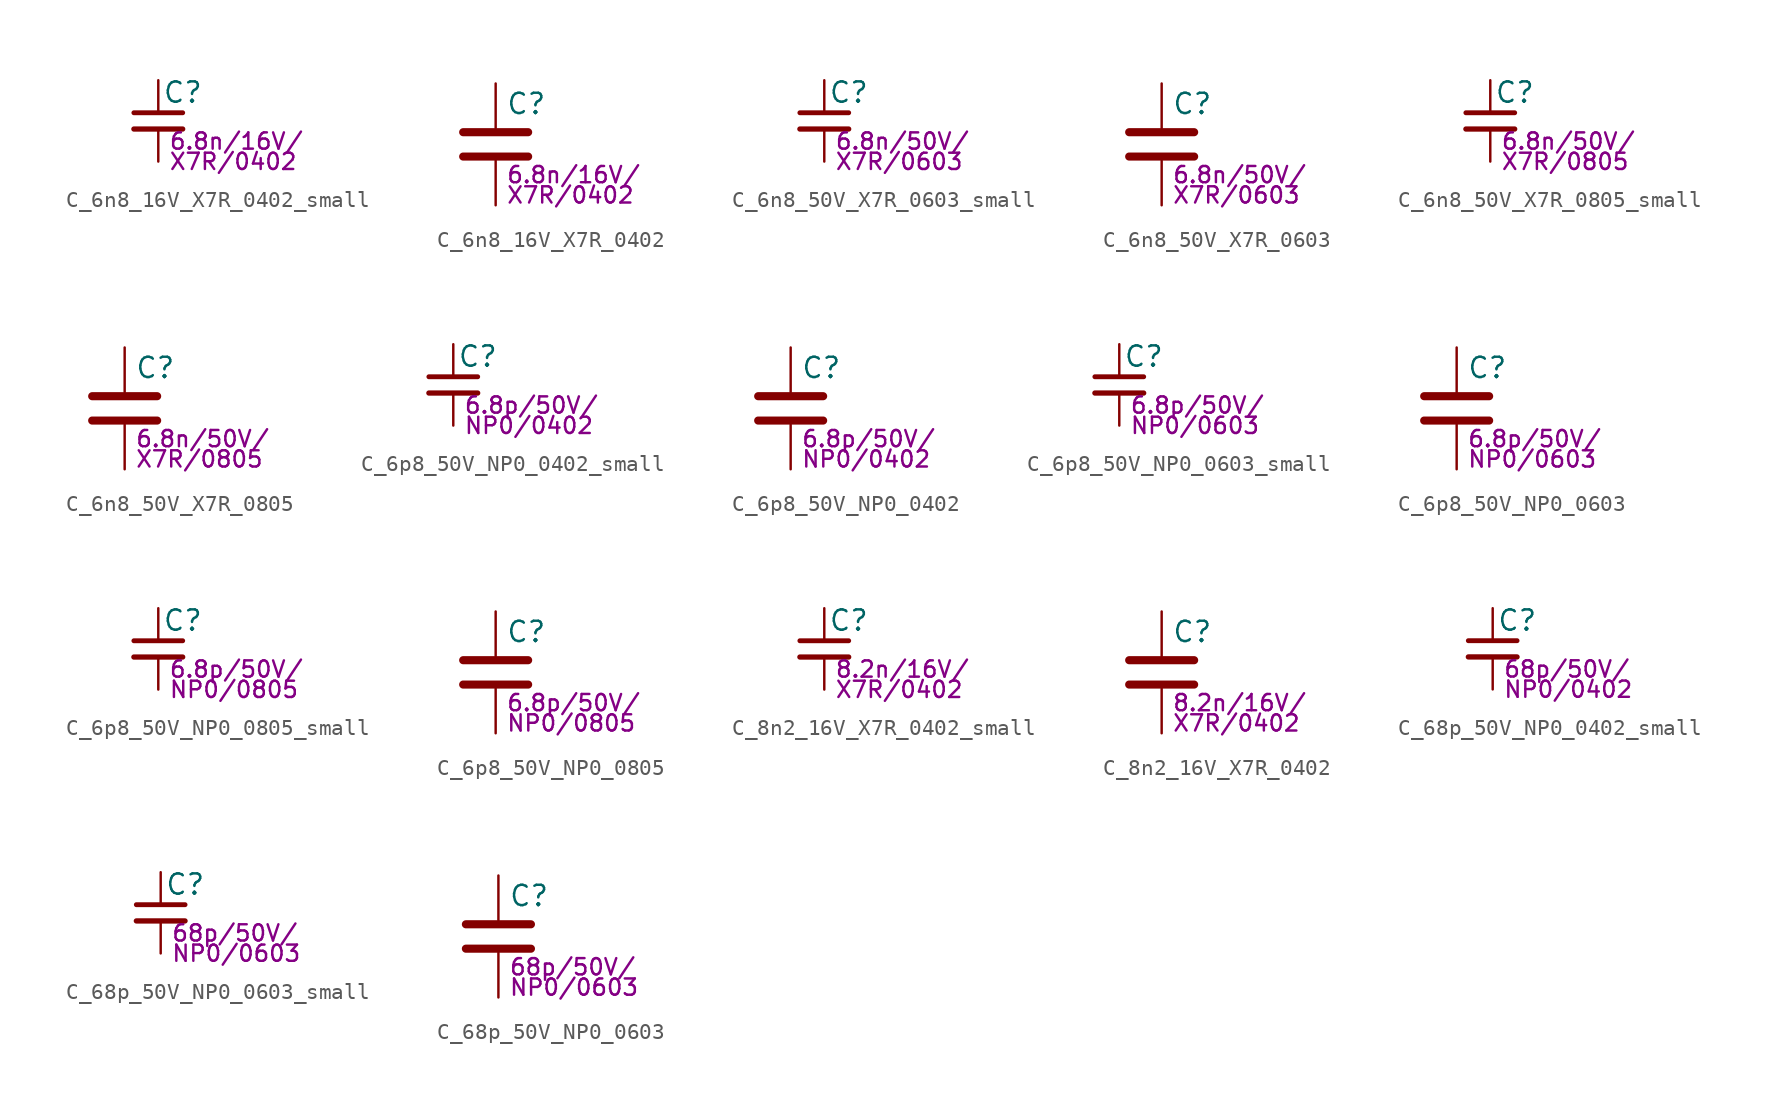
<source format=kicad_sym>
(kicad_symbol_lib
  (version 20211014)
  (generator kicad_symbol_editor)
  (symbol "C_6n8_16V_X7R_0402_small"
    (pin_numbers hide)
    (pin_names
      (offset 0.254) hide)
    (property "Reference" "C"
      (at 0.254 1.778 0)
      (effects (font (size 1.27 1.27)) (justify left)))
    (property "Params" "6.8n/16V/"
      (at 0.635 -1.27 0)
      (effects (font (size 1.016 1.016)) (justify left)))
    (property "Params2" "X7R/0402"
      (at 0.635 -2.54 0)
      (effects (font (size 1.016 1.016)) (justify left)))
    (symbol "C_6n8_16V_X7R_0402_small_0_1"
      (polyline (pts (xy -1.524 -0.508) (xy 1.524 -0.508)) (stroke (width 0.33) (type default) (color 0 0 0 0)) (fill (type none)))
      (polyline (pts (xy -1.524 0.508) (xy 1.524 0.508)) (stroke (width 0.305) (type default) (color 0 0 0 0)) (fill (type none))))
    (symbol "C_6n8_16V_X7R_0402_small_1_1"
      (pin passive line (at 0 2.54 270) (length 2.032) (name "~" (effects (font (size 1.27 1.27)))) (number "1" (effects (font (size 1.27 1.27)))))
      (pin passive line (at 0 -2.54 90) (length 2.032) (name "~" (effects (font (size 1.27 1.27)))) (number "2" (effects (font (size 1.27 1.27)))))))
  (symbol "C_6n8_16V_X7R_0402"
    (pin_numbers hide)
    (pin_names
      (offset 0.254))
    (property "Reference" "C"
      (at 0.635 2.54 0)
      (effects (font (size 1.27 1.27)) (justify left)))
    (property "Params" "6.8n/16V/"
      (at 0.635 -1.905 0)
      (effects (font (size 1.016 1.016)) (justify left)))
    (property "Params2" "X7R/0402"
      (at 0.635 -3.175 0)
      (effects (font (size 1.016 1.016)) (justify left)))
    (symbol "C_6n8_16V_X7R_0402_0_1"
      (polyline (pts (xy -2.032 -0.762) (xy 2.032 -0.762)) (stroke (width 0.508) (type default) (color 0 0 0 0)) (fill (type none)))
      (polyline (pts (xy -2.032 0.762) (xy 2.032 0.762)) (stroke (width 0.508) (type default) (color 0 0 0 0)) (fill (type none))))
    (symbol "C_6n8_16V_X7R_0402_1_1"
      (pin passive line (at 0 3.81 270) (length 2.794) (name "~" (effects (font (size 1.27 1.27)))) (number "1" (effects (font (size 1.27 1.27)))))
      (pin passive line (at 0 -3.81 90) (length 2.794) (name "~" (effects (font (size 1.27 1.27)))) (number "2" (effects (font (size 1.27 1.27)))))))
  (symbol "C_6n8_50V_X7R_0603_small"
    (pin_numbers hide)
    (pin_names
      (offset 0.254) hide)
    (property "Reference" "C"
      (at 0.254 1.778 0)
      (effects (font (size 1.27 1.27)) (justify left)))
    (property "Params" "6.8n/50V/"
      (at 0.635 -1.27 0)
      (effects (font (size 1.016 1.016)) (justify left)))
    (property "Params2" "X7R/0603"
      (at 0.635 -2.54 0)
      (effects (font (size 1.016 1.016)) (justify left)))
    (symbol "C_6n8_50V_X7R_0603_small_0_1"
      (polyline (pts (xy -1.524 -0.508) (xy 1.524 -0.508)) (stroke (width 0.33) (type default) (color 0 0 0 0)) (fill (type none)))
      (polyline (pts (xy -1.524 0.508) (xy 1.524 0.508)) (stroke (width 0.305) (type default) (color 0 0 0 0)) (fill (type none))))
    (symbol "C_6n8_50V_X7R_0603_small_1_1"
      (pin passive line (at 0 2.54 270) (length 2.032) (name "~" (effects (font (size 1.27 1.27)))) (number "1" (effects (font (size 1.27 1.27)))))
      (pin passive line (at 0 -2.54 90) (length 2.032) (name "~" (effects (font (size 1.27 1.27)))) (number "2" (effects (font (size 1.27 1.27)))))))
  (symbol "C_6n8_50V_X7R_0603"
    (pin_numbers hide)
    (pin_names
      (offset 0.254))
    (property "Reference" "C"
      (at 0.635 2.54 0)
      (effects (font (size 1.27 1.27)) (justify left)))
    (property "Params" "6.8n/50V/"
      (at 0.635 -1.905 0)
      (effects (font (size 1.016 1.016)) (justify left)))
    (property "Params2" "X7R/0603"
      (at 0.635 -3.175 0)
      (effects (font (size 1.016 1.016)) (justify left)))
    (symbol "C_6n8_50V_X7R_0603_0_1"
      (polyline (pts (xy -2.032 -0.762) (xy 2.032 -0.762)) (stroke (width 0.508) (type default) (color 0 0 0 0)) (fill (type none)))
      (polyline (pts (xy -2.032 0.762) (xy 2.032 0.762)) (stroke (width 0.508) (type default) (color 0 0 0 0)) (fill (type none))))
    (symbol "C_6n8_50V_X7R_0603_1_1"
      (pin passive line (at 0 3.81 270) (length 2.794) (name "~" (effects (font (size 1.27 1.27)))) (number "1" (effects (font (size 1.27 1.27)))))
      (pin passive line (at 0 -3.81 90) (length 2.794) (name "~" (effects (font (size 1.27 1.27)))) (number "2" (effects (font (size 1.27 1.27)))))))
  (symbol "C_6n8_50V_X7R_0805_small"
    (pin_numbers hide)
    (pin_names
      (offset 0.254) hide)
    (property "Reference" "C"
      (at 0.254 1.778 0)
      (effects (font (size 1.27 1.27)) (justify left)))
    (property "Params" "6.8n/50V/"
      (at 0.635 -1.27 0)
      (effects (font (size 1.016 1.016)) (justify left)))
    (property "Params2" "X7R/0805"
      (at 0.635 -2.54 0)
      (effects (font (size 1.016 1.016)) (justify left)))
    (symbol "C_6n8_50V_X7R_0805_small_0_1"
      (polyline (pts (xy -1.524 -0.508) (xy 1.524 -0.508)) (stroke (width 0.33) (type default) (color 0 0 0 0)) (fill (type none)))
      (polyline (pts (xy -1.524 0.508) (xy 1.524 0.508)) (stroke (width 0.305) (type default) (color 0 0 0 0)) (fill (type none))))
    (symbol "C_6n8_50V_X7R_0805_small_1_1"
      (pin passive line (at 0 2.54 270) (length 2.032) (name "~" (effects (font (size 1.27 1.27)))) (number "1" (effects (font (size 1.27 1.27)))))
      (pin passive line (at 0 -2.54 90) (length 2.032) (name "~" (effects (font (size 1.27 1.27)))) (number "2" (effects (font (size 1.27 1.27)))))))
  (symbol "C_6n8_50V_X7R_0805"
    (pin_numbers hide)
    (pin_names
      (offset 0.254))
    (property "Reference" "C"
      (at 0.635 2.54 0)
      (effects (font (size 1.27 1.27)) (justify left)))
    (property "Params" "6.8n/50V/"
      (at 0.635 -1.905 0)
      (effects (font (size 1.016 1.016)) (justify left)))
    (property "Params2" "X7R/0805"
      (at 0.635 -3.175 0)
      (effects (font (size 1.016 1.016)) (justify left)))
    (symbol "C_6n8_50V_X7R_0805_0_1"
      (polyline (pts (xy -2.032 -0.762) (xy 2.032 -0.762)) (stroke (width 0.508) (type default) (color 0 0 0 0)) (fill (type none)))
      (polyline (pts (xy -2.032 0.762) (xy 2.032 0.762)) (stroke (width 0.508) (type default) (color 0 0 0 0)) (fill (type none))))
    (symbol "C_6n8_50V_X7R_0805_1_1"
      (pin passive line (at 0 3.81 270) (length 2.794) (name "~" (effects (font (size 1.27 1.27)))) (number "1" (effects (font (size 1.27 1.27)))))
      (pin passive line (at 0 -3.81 90) (length 2.794) (name "~" (effects (font (size 1.27 1.27)))) (number "2" (effects (font (size 1.27 1.27)))))))
  (symbol "C_6p8_50V_NP0_0402_small"
    (pin_numbers hide)
    (pin_names
      (offset 0.254) hide)
    (property "Reference" "C"
      (at 0.254 1.778 0)
      (effects (font (size 1.27 1.27)) (justify left)))
    (property "Params" "6.8p/50V/"
      (at 0.635 -1.27 0)
      (effects (font (size 1.016 1.016)) (justify left)))
    (property "Params2" "NP0/0402"
      (at 0.635 -2.54 0)
      (effects (font (size 1.016 1.016)) (justify left)))
    (symbol "C_6p8_50V_NP0_0402_small_0_1"
      (polyline (pts (xy -1.524 -0.508) (xy 1.524 -0.508)) (stroke (width 0.33) (type default) (color 0 0 0 0)) (fill (type none)))
      (polyline (pts (xy -1.524 0.508) (xy 1.524 0.508)) (stroke (width 0.305) (type default) (color 0 0 0 0)) (fill (type none))))
    (symbol "C_6p8_50V_NP0_0402_small_1_1"
      (pin passive line (at 0 2.54 270) (length 2.032) (name "~" (effects (font (size 1.27 1.27)))) (number "1" (effects (font (size 1.27 1.27)))))
      (pin passive line (at 0 -2.54 90) (length 2.032) (name "~" (effects (font (size 1.27 1.27)))) (number "2" (effects (font (size 1.27 1.27)))))))
  (symbol "C_6p8_50V_NP0_0402"
    (pin_numbers hide)
    (pin_names
      (offset 0.254))
    (property "Reference" "C"
      (at 0.635 2.54 0)
      (effects (font (size 1.27 1.27)) (justify left)))
    (property "Params" "6.8p/50V/"
      (at 0.635 -1.905 0)
      (effects (font (size 1.016 1.016)) (justify left)))
    (property "Params2" "NP0/0402"
      (at 0.635 -3.175 0)
      (effects (font (size 1.016 1.016)) (justify left)))
    (symbol "C_6p8_50V_NP0_0402_0_1"
      (polyline (pts (xy -2.032 -0.762) (xy 2.032 -0.762)) (stroke (width 0.508) (type default) (color 0 0 0 0)) (fill (type none)))
      (polyline (pts (xy -2.032 0.762) (xy 2.032 0.762)) (stroke (width 0.508) (type default) (color 0 0 0 0)) (fill (type none))))
    (symbol "C_6p8_50V_NP0_0402_1_1"
      (pin passive line (at 0 3.81 270) (length 2.794) (name "~" (effects (font (size 1.27 1.27)))) (number "1" (effects (font (size 1.27 1.27)))))
      (pin passive line (at 0 -3.81 90) (length 2.794) (name "~" (effects (font (size 1.27 1.27)))) (number "2" (effects (font (size 1.27 1.27)))))))
  (symbol "C_6p8_50V_NP0_0603_small"
    (pin_numbers hide)
    (pin_names
      (offset 0.254) hide)
    (property "Reference" "C"
      (at 0.254 1.778 0)
      (effects (font (size 1.27 1.27)) (justify left)))
    (property "Params" "6.8p/50V/"
      (at 0.635 -1.27 0)
      (effects (font (size 1.016 1.016)) (justify left)))
    (property "Params2" "NP0/0603"
      (at 0.635 -2.54 0)
      (effects (font (size 1.016 1.016)) (justify left)))
    (symbol "C_6p8_50V_NP0_0603_small_0_1"
      (polyline (pts (xy -1.524 -0.508) (xy 1.524 -0.508)) (stroke (width 0.33) (type default) (color 0 0 0 0)) (fill (type none)))
      (polyline (pts (xy -1.524 0.508) (xy 1.524 0.508)) (stroke (width 0.305) (type default) (color 0 0 0 0)) (fill (type none))))
    (symbol "C_6p8_50V_NP0_0603_small_1_1"
      (pin passive line (at 0 2.54 270) (length 2.032) (name "~" (effects (font (size 1.27 1.27)))) (number "1" (effects (font (size 1.27 1.27)))))
      (pin passive line (at 0 -2.54 90) (length 2.032) (name "~" (effects (font (size 1.27 1.27)))) (number "2" (effects (font (size 1.27 1.27)))))))
  (symbol "C_6p8_50V_NP0_0603"
    (pin_numbers hide)
    (pin_names
      (offset 0.254))
    (property "Reference" "C"
      (at 0.635 2.54 0)
      (effects (font (size 1.27 1.27)) (justify left)))
    (property "Params" "6.8p/50V/"
      (at 0.635 -1.905 0)
      (effects (font (size 1.016 1.016)) (justify left)))
    (property "Params2" "NP0/0603"
      (at 0.635 -3.175 0)
      (effects (font (size 1.016 1.016)) (justify left)))
    (symbol "C_6p8_50V_NP0_0603_0_1"
      (polyline (pts (xy -2.032 -0.762) (xy 2.032 -0.762)) (stroke (width 0.508) (type default) (color 0 0 0 0)) (fill (type none)))
      (polyline (pts (xy -2.032 0.762) (xy 2.032 0.762)) (stroke (width 0.508) (type default) (color 0 0 0 0)) (fill (type none))))
    (symbol "C_6p8_50V_NP0_0603_1_1"
      (pin passive line (at 0 3.81 270) (length 2.794) (name "~" (effects (font (size 1.27 1.27)))) (number "1" (effects (font (size 1.27 1.27)))))
      (pin passive line (at 0 -3.81 90) (length 2.794) (name "~" (effects (font (size 1.27 1.27)))) (number "2" (effects (font (size 1.27 1.27)))))))
  (symbol "C_6p8_50V_NP0_0805_small"
    (pin_numbers hide)
    (pin_names
      (offset 0.254) hide)
    (property "Reference" "C"
      (at 0.254 1.778 0)
      (effects (font (size 1.27 1.27)) (justify left)))
    (property "Params" "6.8p/50V/"
      (at 0.635 -1.27 0)
      (effects (font (size 1.016 1.016)) (justify left)))
    (property "Params2" "NP0/0805"
      (at 0.635 -2.54 0)
      (effects (font (size 1.016 1.016)) (justify left)))
    (symbol "C_6p8_50V_NP0_0805_small_0_1"
      (polyline (pts (xy -1.524 -0.508) (xy 1.524 -0.508)) (stroke (width 0.33) (type default) (color 0 0 0 0)) (fill (type none)))
      (polyline (pts (xy -1.524 0.508) (xy 1.524 0.508)) (stroke (width 0.305) (type default) (color 0 0 0 0)) (fill (type none))))
    (symbol "C_6p8_50V_NP0_0805_small_1_1"
      (pin passive line (at 0 2.54 270) (length 2.032) (name "~" (effects (font (size 1.27 1.27)))) (number "1" (effects (font (size 1.27 1.27)))))
      (pin passive line (at 0 -2.54 90) (length 2.032) (name "~" (effects (font (size 1.27 1.27)))) (number "2" (effects (font (size 1.27 1.27)))))))
  (symbol "C_6p8_50V_NP0_0805"
    (pin_numbers hide)
    (pin_names
      (offset 0.254))
    (property "Reference" "C"
      (at 0.635 2.54 0)
      (effects (font (size 1.27 1.27)) (justify left)))
    (property "Params" "6.8p/50V/"
      (at 0.635 -1.905 0)
      (effects (font (size 1.016 1.016)) (justify left)))
    (property "Params2" "NP0/0805"
      (at 0.635 -3.175 0)
      (effects (font (size 1.016 1.016)) (justify left)))
    (symbol "C_6p8_50V_NP0_0805_0_1"
      (polyline (pts (xy -2.032 -0.762) (xy 2.032 -0.762)) (stroke (width 0.508) (type default) (color 0 0 0 0)) (fill (type none)))
      (polyline (pts (xy -2.032 0.762) (xy 2.032 0.762)) (stroke (width 0.508) (type default) (color 0 0 0 0)) (fill (type none))))
    (symbol "C_6p8_50V_NP0_0805_1_1"
      (pin passive line (at 0 3.81 270) (length 2.794) (name "~" (effects (font (size 1.27 1.27)))) (number "1" (effects (font (size 1.27 1.27)))))
      (pin passive line (at 0 -3.81 90) (length 2.794) (name "~" (effects (font (size 1.27 1.27)))) (number "2" (effects (font (size 1.27 1.27)))))))
  (symbol "C_8n2_16V_X7R_0402_small"
    (pin_numbers hide)
    (pin_names
      (offset 0.254) hide)
    (property "Reference" "C"
      (at 0.254 1.778 0)
      (effects (font (size 1.27 1.27)) (justify left)))
    (property "Params" "8.2n/16V/"
      (at 0.635 -1.27 0)
      (effects (font (size 1.016 1.016)) (justify left)))
    (property "Params2" "X7R/0402"
      (at 0.635 -2.54 0)
      (effects (font (size 1.016 1.016)) (justify left)))
    (symbol "C_8n2_16V_X7R_0402_small_0_1"
      (polyline (pts (xy -1.524 -0.508) (xy 1.524 -0.508)) (stroke (width 0.33) (type default) (color 0 0 0 0)) (fill (type none)))
      (polyline (pts (xy -1.524 0.508) (xy 1.524 0.508)) (stroke (width 0.305) (type default) (color 0 0 0 0)) (fill (type none))))
    (symbol "C_8n2_16V_X7R_0402_small_1_1"
      (pin passive line (at 0 2.54 270) (length 2.032) (name "~" (effects (font (size 1.27 1.27)))) (number "1" (effects (font (size 1.27 1.27)))))
      (pin passive line (at 0 -2.54 90) (length 2.032) (name "~" (effects (font (size 1.27 1.27)))) (number "2" (effects (font (size 1.27 1.27)))))))
  (symbol "C_8n2_16V_X7R_0402"
    (pin_numbers hide)
    (pin_names
      (offset 0.254))
    (property "Reference" "C"
      (at 0.635 2.54 0)
      (effects (font (size 1.27 1.27)) (justify left)))
    (property "Params" "8.2n/16V/"
      (at 0.635 -1.905 0)
      (effects (font (size 1.016 1.016)) (justify left)))
    (property "Params2" "X7R/0402"
      (at 0.635 -3.175 0)
      (effects (font (size 1.016 1.016)) (justify left)))
    (symbol "C_8n2_16V_X7R_0402_0_1"
      (polyline (pts (xy -2.032 -0.762) (xy 2.032 -0.762)) (stroke (width 0.508) (type default) (color 0 0 0 0)) (fill (type none)))
      (polyline (pts (xy -2.032 0.762) (xy 2.032 0.762)) (stroke (width 0.508) (type default) (color 0 0 0 0)) (fill (type none))))
    (symbol "C_8n2_16V_X7R_0402_1_1"
      (pin passive line (at 0 3.81 270) (length 2.794) (name "~" (effects (font (size 1.27 1.27)))) (number "1" (effects (font (size 1.27 1.27)))))
      (pin passive line (at 0 -3.81 90) (length 2.794) (name "~" (effects (font (size 1.27 1.27)))) (number "2" (effects (font (size 1.27 1.27)))))))
  (symbol "C_68p_50V_NP0_0402_small"
    (pin_numbers hide)
    (pin_names
      (offset 0.254) hide)
    (property "Reference" "C"
      (at 0.254 1.778 0)
      (effects (font (size 1.27 1.27)) (justify left)))
    (property "Params" "68p/50V/"
      (at 0.635 -1.27 0)
      (effects (font (size 1.016 1.016)) (justify left)))
    (property "Params2" "NP0/0402"
      (at 0.635 -2.54 0)
      (effects (font (size 1.016 1.016)) (justify left)))
    (symbol "C_68p_50V_NP0_0402_small_0_1"
      (polyline (pts (xy -1.524 -0.508) (xy 1.524 -0.508)) (stroke (width 0.33) (type default) (color 0 0 0 0)) (fill (type none)))
      (polyline (pts (xy -1.524 0.508) (xy 1.524 0.508)) (stroke (width 0.305) (type default) (color 0 0 0 0)) (fill (type none))))
    (symbol "C_68p_50V_NP0_0402_small_1_1"
      (pin passive line (at 0 2.54 270) (length 2.032) (name "~" (effects (font (size 1.27 1.27)))) (number "1" (effects (font (size 1.27 1.27)))))
      (pin passive line (at 0 -2.54 90) (length 2.032) (name "~" (effects (font (size 1.27 1.27)))) (number "2" (effects (font (size 1.27 1.27)))))))
  (symbol "C_68p_50V_NP0_0603_small"
    (pin_numbers hide)
    (pin_names
      (offset 0.254) hide)
    (property "Reference" "C"
      (at 0.254 1.778 0)
      (effects (font (size 1.27 1.27)) (justify left)))
    (property "Params" "68p/50V/"
      (at 0.635 -1.27 0)
      (effects (font (size 1.016 1.016)) (justify left)))
    (property "Params2" "NP0/0603"
      (at 0.635 -2.54 0)
      (effects (font (size 1.016 1.016)) (justify left)))
    (symbol "C_68p_50V_NP0_0603_small_0_1"
      (polyline (pts (xy -1.524 -0.508) (xy 1.524 -0.508)) (stroke (width 0.33) (type default) (color 0 0 0 0)) (fill (type none)))
      (polyline (pts (xy -1.524 0.508) (xy 1.524 0.508)) (stroke (width 0.305) (type default) (color 0 0 0 0)) (fill (type none))))
    (symbol "C_68p_50V_NP0_0603_small_1_1"
      (pin passive line (at 0 2.54 270) (length 2.032) (name "~" (effects (font (size 1.27 1.27)))) (number "1" (effects (font (size 1.27 1.27)))))
      (pin passive line (at 0 -2.54 90) (length 2.032) (name "~" (effects (font (size 1.27 1.27)))) (number "2" (effects (font (size 1.27 1.27)))))))
  (symbol "C_68p_50V_NP0_0603"
    (pin_numbers hide)
    (pin_names
      (offset 0.254))
    (property "Reference" "C"
      (at 0.635 2.54 0)
      (effects (font (size 1.27 1.27)) (justify left)))
    (property "Params" "68p/50V/"
      (at 0.635 -1.905 0)
      (effects (font (size 1.016 1.016)) (justify left)))
    (property "Params2" "NP0/0603"
      (at 0.635 -3.175 0)
      (effects (font (size 1.016 1.016)) (justify left)))
    (symbol "C_68p_50V_NP0_0603_0_1"
      (polyline (pts (xy -2.032 -0.762) (xy 2.032 -0.762)) (stroke (width 0.508) (type default) (color 0 0 0 0)) (fill (type none)))
      (polyline (pts (xy -2.032 0.762) (xy 2.032 0.762)) (stroke (width 0.508) (type default) (color 0 0 0 0)) (fill (type none))))
    (symbol "C_68p_50V_NP0_0603_1_1"
      (pin passive line (at 0 3.81 270) (length 2.794) (name "~" (effects (font (size 1.27 1.27)))) (number "1" (effects (font (size 1.27 1.27)))))
      (pin passive line (at 0 -3.81 90) (length 2.794) (name "~" (effects (font (size 1.27 1.27)))) (number "2" (effects (font (size 1.27 1.27))))))))
</source>
